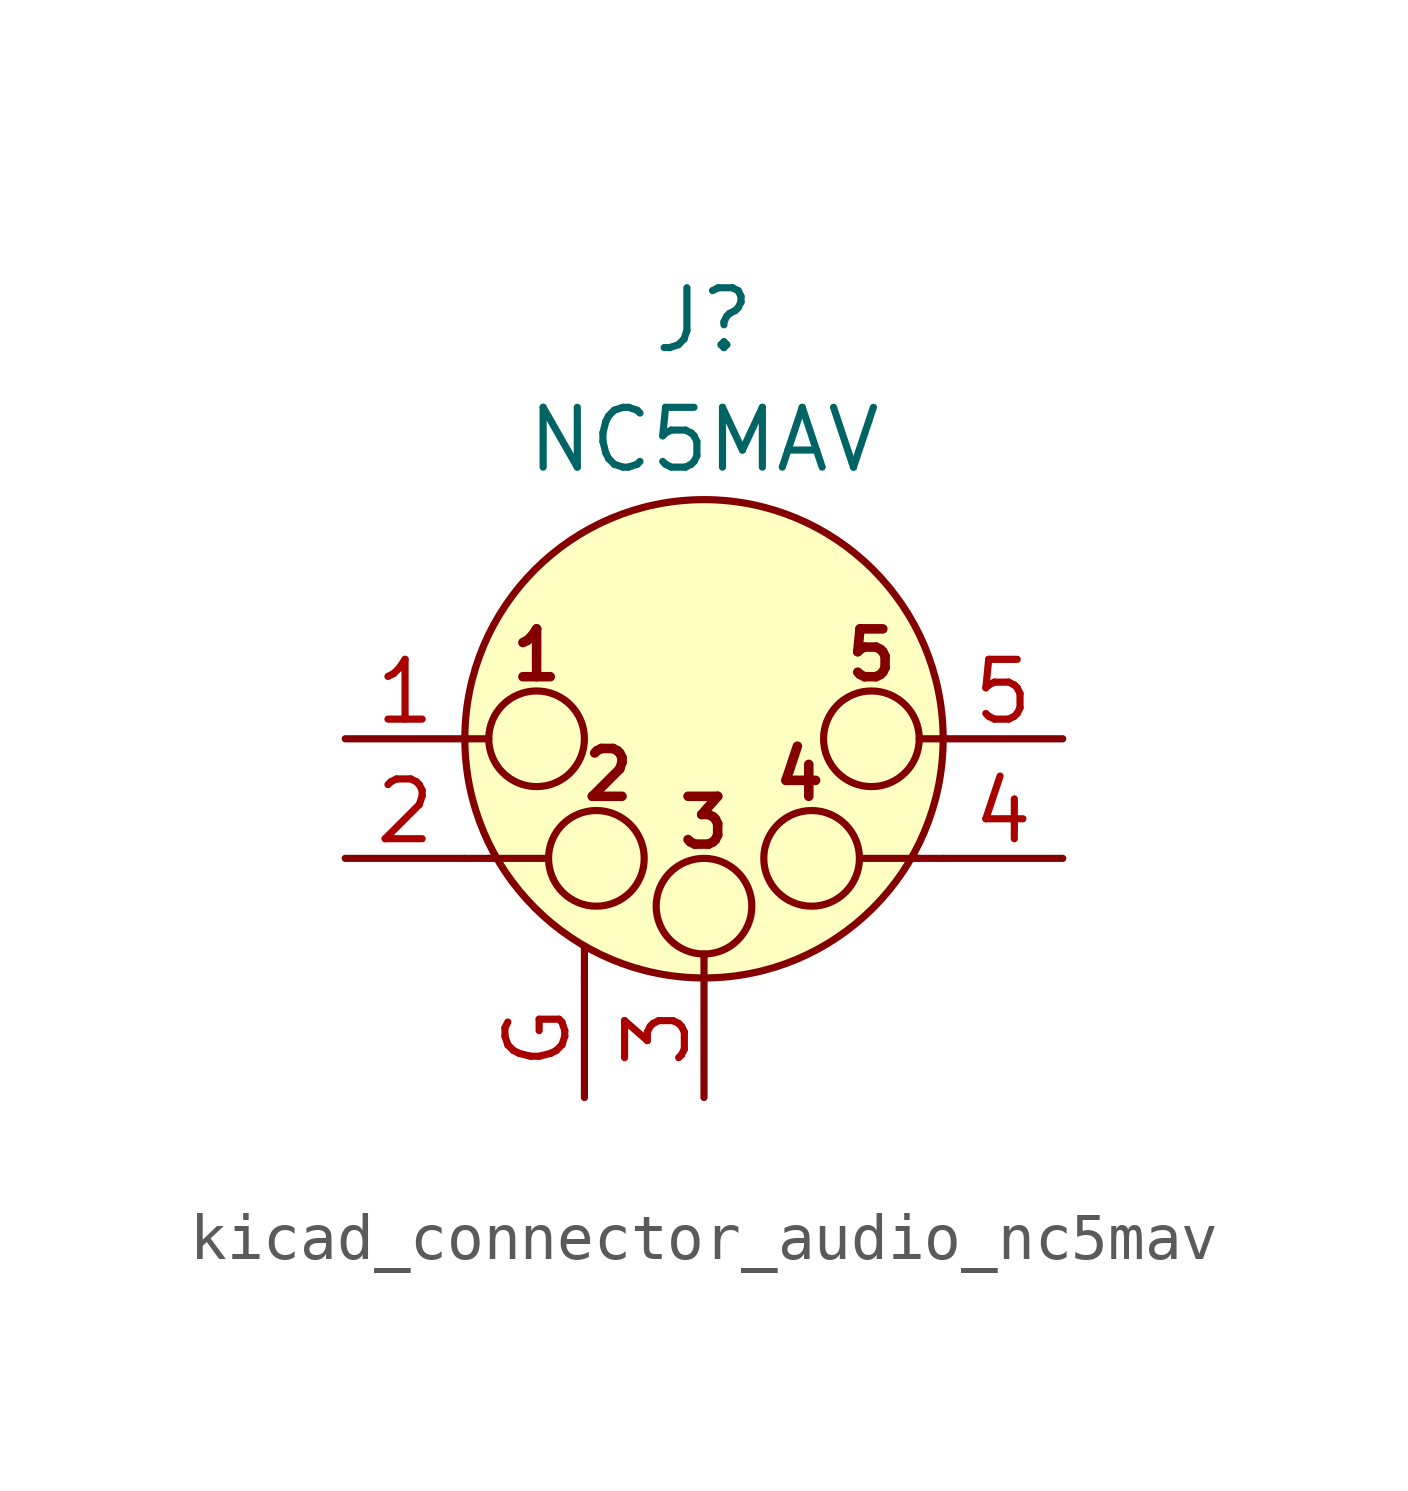
<source format=kicad_sym>
(kicad_symbol_lib
  (version 20220914)
  (generator kicad_symbol_editor)
  (symbol "kicad_connector_audio_nc5mav"
    (pin_names hide)
    (property "Reference" "J"
      (at 0 8.89 0)
      (effects (font (size 1.27 1.27))))
    (property "Value" "NC5MAV"
      (at 0 6.35 0)
      (effects (font (size 1.27 1.27))))
    (symbol "kicad_connector_audio_nc5mav_0_1"
      (circle (center -3.556 0) (radius 1.016) (stroke (width 0) (type default)) (fill (type none)))
      (circle (center -2.286 -2.54) (radius 1.016) (stroke (width 0) (type default)) (fill (type none)))
      (circle (center 0 -3.556) (radius 1.016) (stroke (width 0) (type default)) (fill (type none)))
      (polyline (pts (xy -5.08 -2.54) (xy -4.445 -2.54)) (stroke (width 0) (type default)) (fill (type none)))
      (polyline (pts (xy -5.08 0) (xy -4.572 0)) (stroke (width 0) (type default)) (fill (type none)))
      (polyline (pts (xy -4.572 -2.54) (xy -3.302 -2.54)) (stroke (width 0) (type default)) (fill (type none)))
      (polyline (pts (xy -2.54 -5.08) (xy -2.54 -4.445)) (stroke (width 0) (type default)) (fill (type none)))
      (polyline (pts (xy 0 -5.08) (xy 0 -4.572)) (stroke (width 0) (type default)) (fill (type none)))
      (polyline (pts (xy 4.572 -2.54) (xy 3.302 -2.54)) (stroke (width 0) (type default)) (fill (type none)))
      (polyline (pts (xy 5.08 -2.54) (xy 4.445 -2.54)) (stroke (width 0) (type default)) (fill (type none)))
      (polyline (pts (xy 5.08 0) (xy 4.572 0)) (stroke (width 0) (type default)) (fill (type none)))
      (circle (center 0 0) (radius 5.08) (stroke (width 0) (type default)) (fill (type background)))
      (circle (center 2.286 -2.54) (radius 1.016) (stroke (width 0) (type default)) (fill (type none)))
      (circle (center 3.556 0) (radius 1.016) (stroke (width 0) (type default)) (fill (type none)))
      (text "1" (at -3.556 1.778 0) (effects (font (size 1.016 1.016) bold)))
      (text "2" (at -2.032 -0.762 0) (effects (font (size 1.016 1.016) bold)))
      (text "3" (at 0 -1.778 0) (effects (font (size 1.016 1.016) bold)))
      (text "4" (at 2.032 -0.762 0) (effects (font (size 1.016 1.016) bold)))
      (text "5" (at 3.556 1.778 0) (effects (font (size 1.016 1.016) bold))))
    (symbol "kicad_connector_audio_nc5mav_1_1"
      (pin passive line (at -7.62 0 0) (length 2.54) (name "P1" (effects (font (size 1.27 1.27)))) (number "1" (effects (font (size 1.27 1.27)))))
      (pin passive line (at -7.62 -2.54 0) (length 2.54) (name "P2" (effects (font (size 1.27 1.27)))) (number "2" (effects (font (size 1.27 1.27)))))
      (pin passive line (at 0 -7.62 90) (length 2.54) (name "P3" (effects (font (size 1.27 1.27)))) (number "3" (effects (font (size 1.27 1.27)))))
      (pin passive line (at 7.62 -2.54 180) (length 2.54) (name "P3" (effects (font (size 1.27 1.27)))) (number "4" (effects (font (size 1.27 1.27)))))
      (pin passive line (at 7.62 0 180) (length 2.54) (name "P5" (effects (font (size 1.27 1.27)))) (number "5" (effects (font (size 1.27 1.27)))))
      (pin passive line (at -2.54 -7.62 90) (length 2.54) (name "~" (effects (font (size 1.27 1.27)))) (number "G" (effects (font (size 1.27 1.27))))))))
</source>
